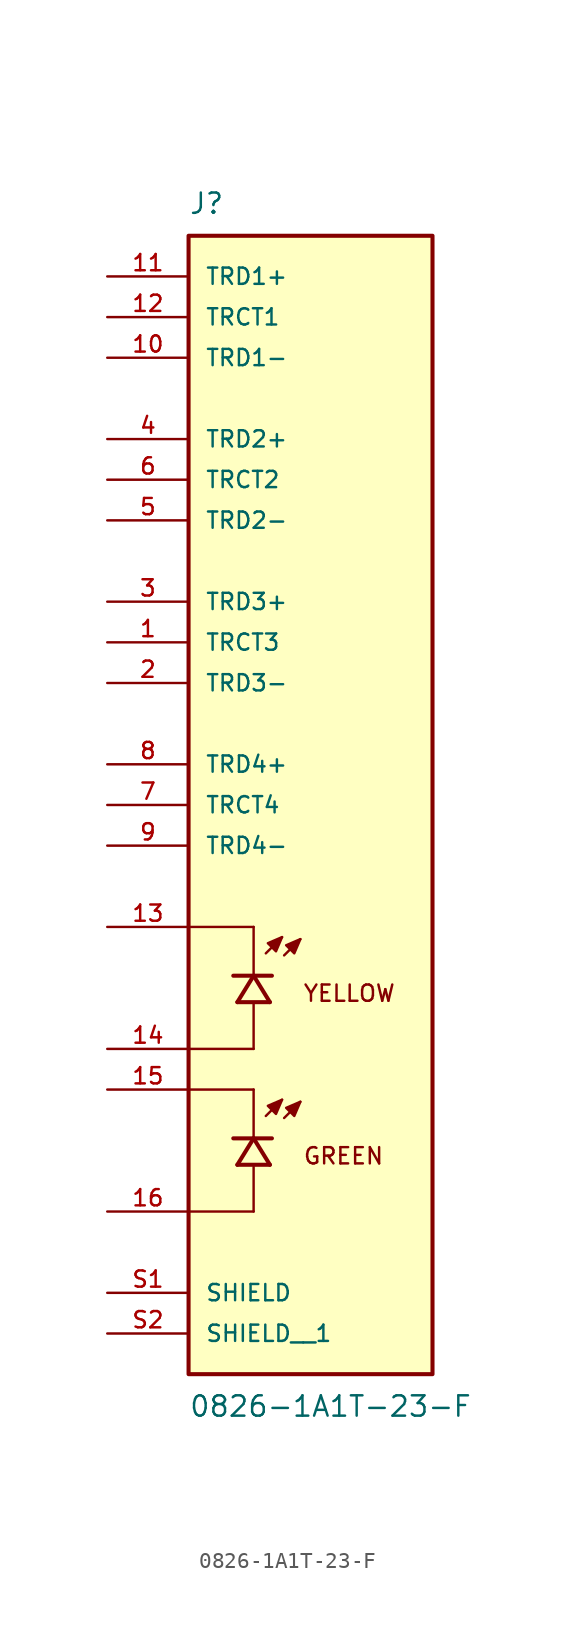
<source format=kicad_sym>
(kicad_symbol_lib
  (version 20211014)
  (generator kicad_symbol_editor)
  (symbol "0826-1A1T-23-F"
    (pin_names
      (offset 1.016))
    (property "Reference" "J"
      (at -7.62 34.29 0)
      (effects (font (size 1.27 1.27)) (justify bottom left)))
    (property "Value" "0826-1A1T-23-F"
      (at -7.62 -39.37 0)
      (effects (font (size 1.27 1.27)) (justify top left)))
    (symbol "0826-1A1T-23-F_0_0"
      (polyline (pts (xy -2.794 -11.811) (xy -1.778 -10.795)) (stroke (width 0.152)))
      (polyline (pts (xy -1.651 -11.938) (xy -0.635 -10.922)) (stroke (width 0.152)))
      (polyline (pts (xy -1.778 -10.795) (xy -2.667 -11.176) (xy -2.159 -11.684) (xy -1.778 -10.795)) (stroke (width 0.152)) (fill (type outline)))
      (polyline (pts (xy -0.635 -10.922) (xy -1.524 -11.303) (xy -1.016 -11.811) (xy -0.635 -10.922)) (stroke (width 0.152)) (fill (type outline)))
      (text "YELLOW" (at -0.508 -13.716 0) (effects (font (size 1.016 1.016)) (justify top left)))
      (polyline (pts (xy -2.54 -14.859) (xy -3.556 -13.208)) (stroke (width 0.254)))
      (polyline (pts (xy -3.556 -13.208) (xy -4.572 -14.859)) (stroke (width 0.254)))
      (polyline (pts (xy -2.413 -13.208) (xy -3.556 -13.208)) (stroke (width 0.254)))
      (polyline (pts (xy -3.556 -13.208) (xy -4.826 -13.208)) (stroke (width 0.254)))
      (polyline (pts (xy -2.54 -14.859) (xy -4.572 -14.859)) (stroke (width 0.254)))
      (polyline (pts (xy -3.556 -17.78) (xy -3.556 -14.986)) (stroke (width 0.152)))
      (polyline (pts (xy -3.556 -13.081) (xy -3.556 -10.16)) (stroke (width 0.152)))
      (polyline (pts (xy -3.556 -10.16) (xy -7.62 -10.16)) (stroke (width 0.152)))
      (polyline (pts (xy -3.556 -17.78) (xy -7.62 -17.78)) (stroke (width 0.152)))
      (polyline (pts (xy -2.794 -21.971) (xy -1.778 -20.955)) (stroke (width 0.152)))
      (polyline (pts (xy -1.651 -22.098) (xy -0.635 -21.082)) (stroke (width 0.152)))
      (polyline (pts (xy -1.778 -20.955) (xy -2.667 -21.336) (xy -2.159 -21.844) (xy -1.778 -20.955)) (stroke (width 0.152)) (fill (type outline)))
      (polyline (pts (xy -0.635 -21.082) (xy -1.524 -21.463) (xy -1.016 -21.971) (xy -0.635 -21.082)) (stroke (width 0.152)) (fill (type outline)))
      (text "GREEN" (at -0.508 -23.876 0) (effects (font (size 1.016 1.016)) (justify top left)))
      (polyline (pts (xy -2.54 -25.019) (xy -3.556 -23.368)) (stroke (width 0.254)))
      (polyline (pts (xy -3.556 -23.368) (xy -4.572 -25.019)) (stroke (width 0.254)))
      (polyline (pts (xy -2.413 -23.368) (xy -3.556 -23.368)) (stroke (width 0.254)))
      (polyline (pts (xy -3.556 -23.368) (xy -4.826 -23.368)) (stroke (width 0.254)))
      (polyline (pts (xy -2.54 -25.019) (xy -4.572 -25.019)) (stroke (width 0.254)))
      (polyline (pts (xy -3.556 -27.94) (xy -3.556 -25.146)) (stroke (width 0.152)))
      (polyline (pts (xy -3.556 -23.241) (xy -3.556 -20.32)) (stroke (width 0.152)))
      (polyline (pts (xy -3.556 -20.32) (xy -7.62 -20.32)) (stroke (width 0.152)))
      (polyline (pts (xy -3.556 -27.94) (xy -7.62 -27.94)) (stroke (width 0.152)))
      (rectangle (start -7.62 -38.1) (end 7.62 33.02) (stroke (width 0.254)) (fill (type background)))
      (pin passive line (at -12.7 25.4 0) (length 5.08) (name "TRD1-" (effects (font (size 1.016 1.016)))) (number "10" (effects (font (size 1.016 1.016)))))
      (pin passive line (at -12.7 30.48 0) (length 5.08) (name "TRD1+" (effects (font (size 1.016 1.016)))) (number "11" (effects (font (size 1.016 1.016)))))
      (pin passive line (at -12.7 15.24 0) (length 5.08) (name "TRD2-" (effects (font (size 1.016 1.016)))) (number "5" (effects (font (size 1.016 1.016)))))
      (pin passive line (at -12.7 20.32 0) (length 5.08) (name "TRD2+" (effects (font (size 1.016 1.016)))) (number "4" (effects (font (size 1.016 1.016)))))
      (pin passive line (at -12.7 5.08 0) (length 5.08) (name "TRD3-" (effects (font (size 1.016 1.016)))) (number "2" (effects (font (size 1.016 1.016)))))
      (pin passive line (at -12.7 10.16 0) (length 5.08) (name "TRD3+" (effects (font (size 1.016 1.016)))) (number "3" (effects (font (size 1.016 1.016)))))
      (pin passive line (at -12.7 -5.08 0) (length 5.08) (name "TRD4-" (effects (font (size 1.016 1.016)))) (number "9" (effects (font (size 1.016 1.016)))))
      (pin passive line (at -12.7 0.0 0) (length 5.08) (name "TRD4+" (effects (font (size 1.016 1.016)))) (number "8" (effects (font (size 1.016 1.016)))))
      (pin passive line (at -12.7 -17.78 0) (length 5.08) (name "~" (effects (font (size 1.016 1.016)))) (number "14" (effects (font (size 1.016 1.016)))))
      (pin passive line (at -12.7 -10.16 0) (length 5.08) (name "~" (effects (font (size 1.016 1.016)))) (number "13" (effects (font (size 1.016 1.016)))))
      (pin passive line (at -12.7 27.94 0) (length 5.08) (name "TRCT1" (effects (font (size 1.016 1.016)))) (number "12" (effects (font (size 1.016 1.016)))))
      (pin passive line (at -12.7 -33.02 0) (length 5.08) (name "SHIELD" (effects (font (size 1.016 1.016)))) (number "S1" (effects (font (size 1.016 1.016)))))
      (pin passive line (at -12.7 17.78 0) (length 5.08) (name "TRCT2" (effects (font (size 1.016 1.016)))) (number "6" (effects (font (size 1.016 1.016)))))
      (pin passive line (at -12.7 7.62 0) (length 5.08) (name "TRCT3" (effects (font (size 1.016 1.016)))) (number "1" (effects (font (size 1.016 1.016)))))
      (pin passive line (at -12.7 -2.54 0) (length 5.08) (name "TRCT4" (effects (font (size 1.016 1.016)))) (number "7" (effects (font (size 1.016 1.016)))))
      (pin passive line (at -12.7 -27.94 0) (length 5.08) (name "~" (effects (font (size 1.016 1.016)))) (number "16" (effects (font (size 1.016 1.016)))))
      (pin passive line (at -12.7 -20.32 0) (length 5.08) (name "~" (effects (font (size 1.016 1.016)))) (number "15" (effects (font (size 1.016 1.016)))))
      (pin passive line (at -12.7 -35.56 0) (length 5.08) (name "SHIELD__1" (effects (font (size 1.016 1.016)))) (number "S2" (effects (font (size 1.016 1.016))))))))
</source>
